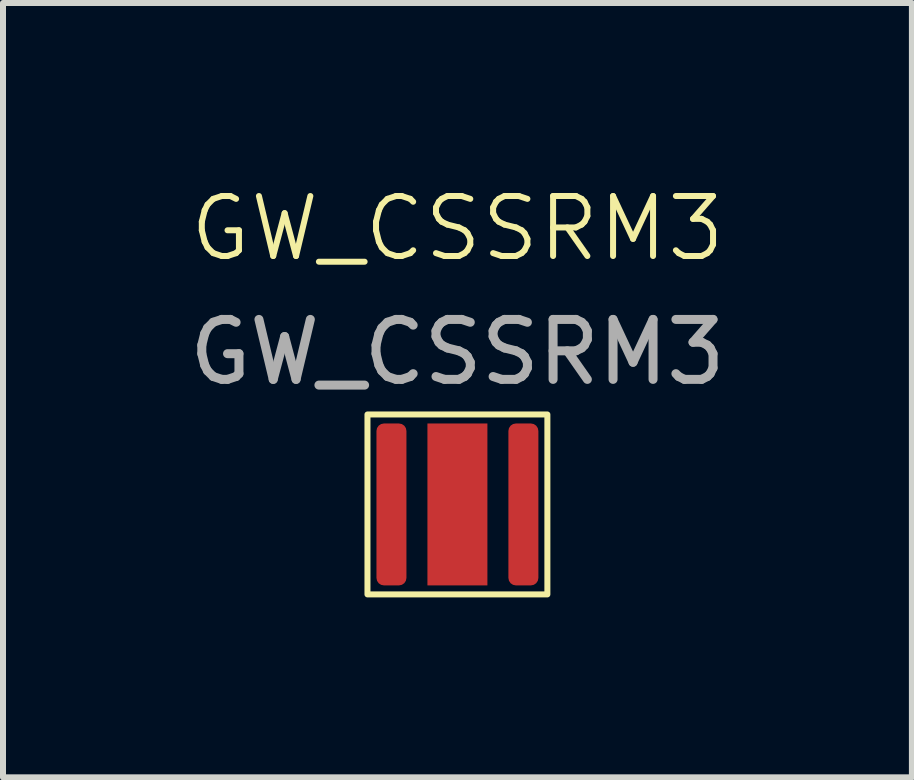
<source format=kicad_pcb>
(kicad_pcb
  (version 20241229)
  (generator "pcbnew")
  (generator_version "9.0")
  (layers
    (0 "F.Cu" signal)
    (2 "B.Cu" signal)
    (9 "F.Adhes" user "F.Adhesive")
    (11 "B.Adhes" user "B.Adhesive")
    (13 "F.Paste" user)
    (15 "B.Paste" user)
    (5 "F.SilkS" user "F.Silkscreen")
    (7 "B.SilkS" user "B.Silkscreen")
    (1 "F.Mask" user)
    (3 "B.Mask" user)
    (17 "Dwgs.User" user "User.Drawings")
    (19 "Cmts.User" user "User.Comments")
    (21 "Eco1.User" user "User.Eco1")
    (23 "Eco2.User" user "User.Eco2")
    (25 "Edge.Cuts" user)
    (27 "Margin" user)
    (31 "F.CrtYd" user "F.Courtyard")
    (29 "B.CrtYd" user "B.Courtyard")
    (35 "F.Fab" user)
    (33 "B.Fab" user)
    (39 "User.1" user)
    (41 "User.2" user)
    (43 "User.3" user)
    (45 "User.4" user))
  (footprint "GW_CSSRM3"
    (layer "F.Cu")
    (at 4.577 5.361)
    (property "Reference" "GW_CSSRM3" (at 0 -4.6 0) (unlocked yes) (layer "F.SilkS") (effects (font (size 1 1) (thickness 0.1))))
    (attr smd)
    (fp_rect (start -1.5 -1.5) (end 1.5 1.5) (stroke (width 0.1) (type default)) (fill no) (layer "F.SilkS"))
    (fp_text user "${REFERENCE}" (at 0 -2.54 0) (unlocked yes) (layer "F.Fab") (effects (font (size 1 1) (thickness 0.15))))
    (pad "1" smd roundrect (at 1.1 0) (size 0.5 2.7) (layers "F.Cu" "F.Mask" "F.Paste") (roundrect_rratio 0.25))
    (pad "2" smd roundrect (at -1.1 0) (size 0.5 2.7) (layers "F.Cu" "F.Mask" "F.Paste") (roundrect_rratio 0.25))
    (pad "GND" smd custom (at 0 0) (size 1 2.7) (layers "F.Cu" "F.Mask" "F.Paste") (options (anchor rect)) (primitives)))
  (gr_rect
    (start -3 -3)
    (end 12.155 9.911)
    (stroke (width 0.1) (type default))
    (fill no)
    (layer "Edge.Cuts")))
</source>
